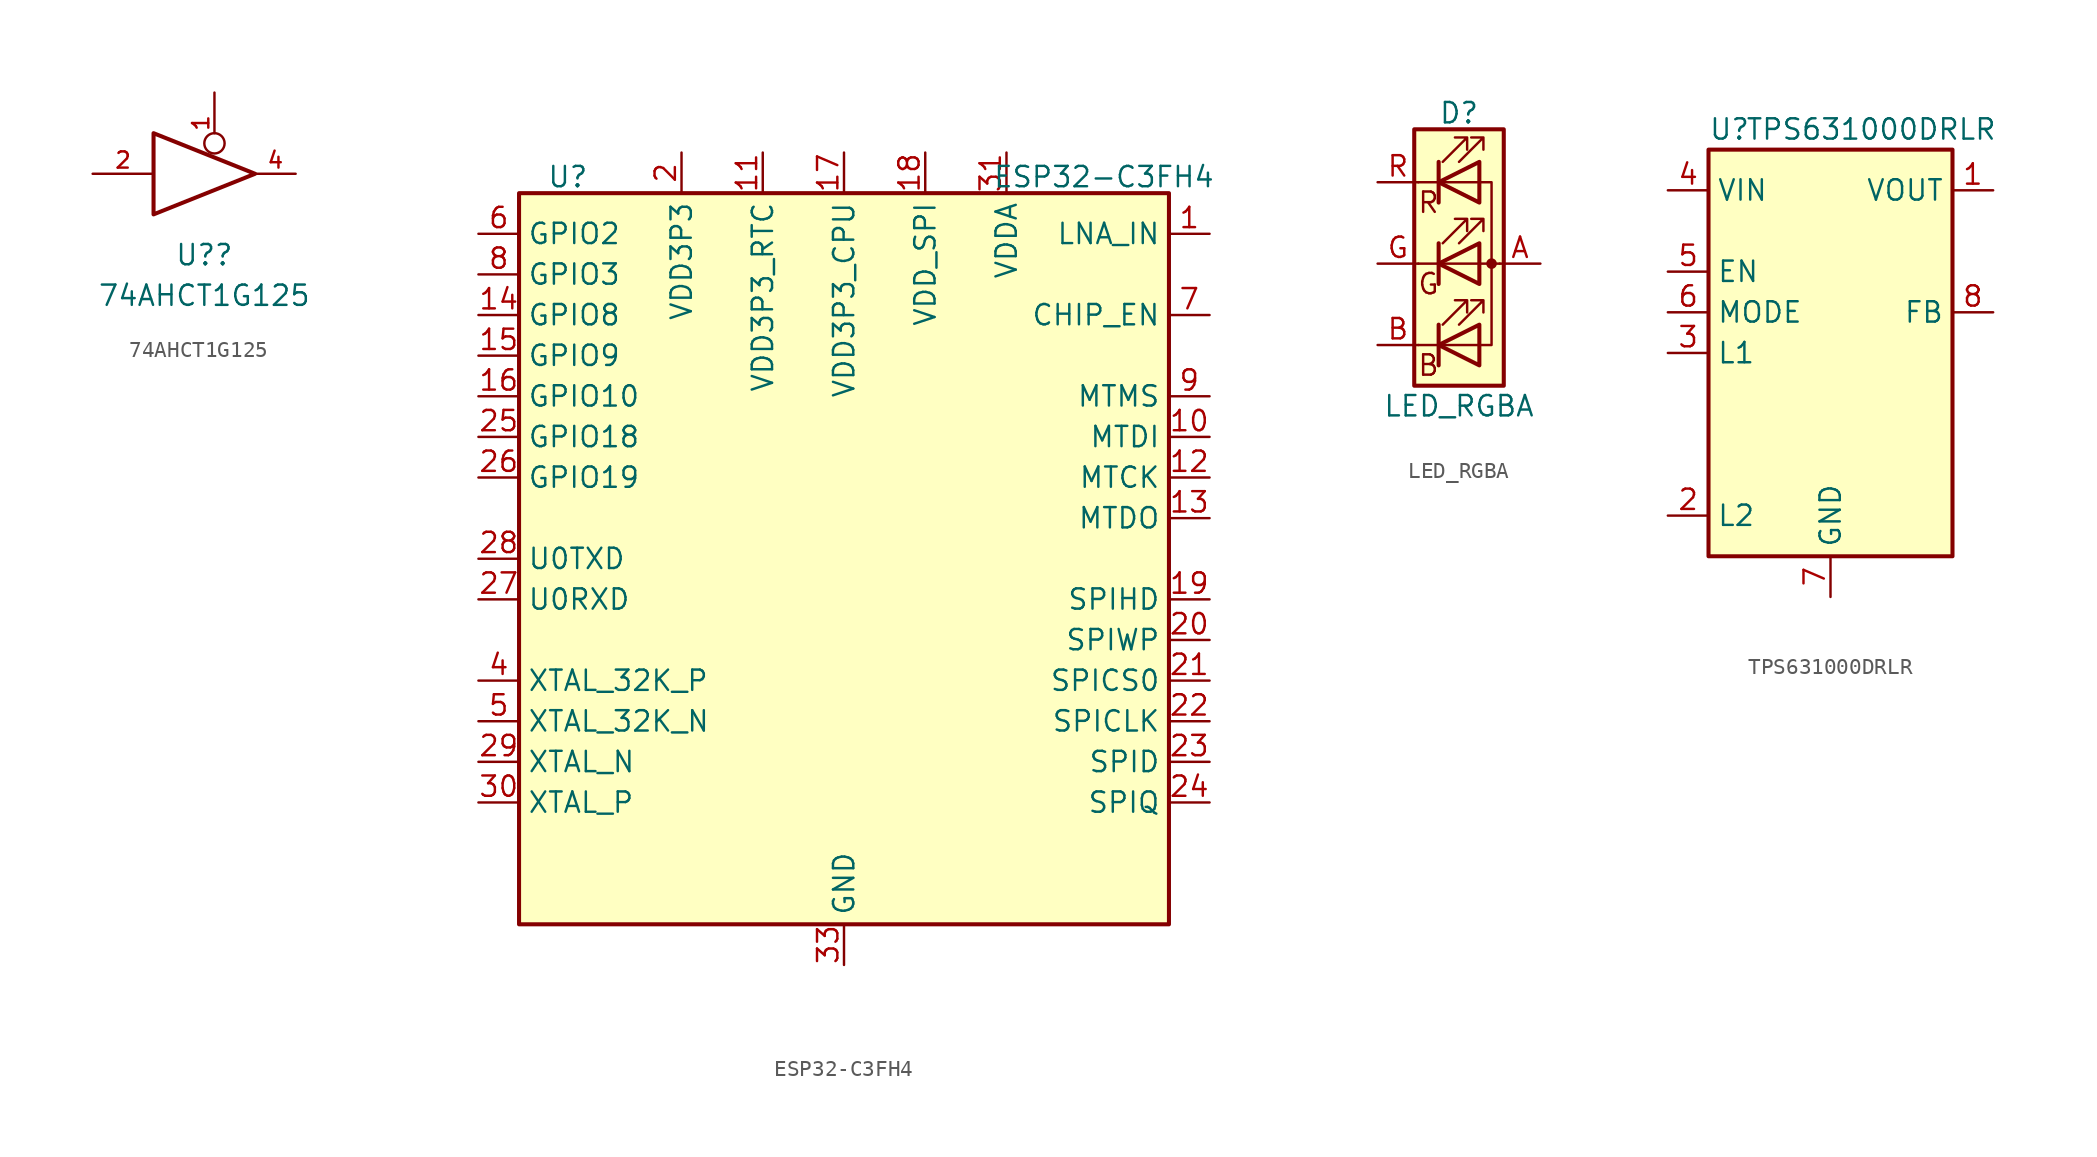
<source format=kicad_sym>
(kicad_symbol_lib
  (version 20241209)
  (generator "kicad_symbol_editor")
  (generator_version "9.0")
  (symbol "74AHCT1G125"
    (pin_names
      (offset 1.016))
    (property "Reference" "U?"
      (at -0.635 -5.08 0)
      (effects (font (size 1.27 1.27))))
    (property "Value" "74AHCT1G125"
      (at -0.635 -7.62 0)
      (effects (font (size 1.27 1.27))))
    (symbol "74AHCT1G125_0_1"
      (polyline (pts (xy -3.81 2.54) (xy -3.81 -2.54) (xy 2.54 0) (xy -3.81 2.54)) (stroke (width 0.254) (type default)) (fill (type none))))
    (symbol "74AHCT1G125_1_1"
      (pin input line (at -7.62 0 0) (length 3.81) (name "~" (effects (font (size 1.016 1.016)))) (number "2" (effects (font (size 1.016 1.016)))))
      (pin input inverted (at 0 5.08 270) (length 3.81) (name "~" (effects (font (size 1.016 1.016)))) (number "1" (effects (font (size 1.016 1.016)))))
      (pin power_in line (at 1.27 1.27 90) (length 0) (hide yes) (name "VCC" (effects (font (size 1.016 1.016)))) (number "5" (effects (font (size 1.016 1.016)))))
      (pin power_in line (at 1.27 -1.27 270) (length 0) (hide yes) (name "GND" (effects (font (size 1.016 1.016)))) (number "3" (effects (font (size 1.016 1.016)))))
      (pin tri_state line (at 5.08 0 180) (length 2.54) (name "~" (effects (font (size 1.016 1.016)))) (number "4" (effects (font (size 1.016 1.016)))))))
  (symbol "ESP32-C3FH4"
    (property "Reference" "U"
      (at -17.272 23.876 0)
      (effects (font (size 1.27 1.27))))
    (property "Value" "ESP32-C3FH4"
      (at 16.256 23.876 0)
      (effects (font (size 1.27 1.27))))
    (symbol "ESP32-C3FH4_1_1"
      (rectangle (start -20.32 22.86) (end 20.32 -22.86) (stroke (width 0.254) (type default)) (fill (type background)))
      (pin bidirectional line (at -22.86 20.32 0) (length 2.54) (name "GPIO2" (effects (font (size 1.27 1.27)))) (number "6" (effects (font (size 1.27 1.27)))))
      (pin bidirectional line (at -22.86 17.78 0) (length 2.54) (name "GPIO3" (effects (font (size 1.27 1.27)))) (number "8" (effects (font (size 1.27 1.27)))))
      (pin bidirectional line (at -22.86 15.24 0) (length 2.54) (name "GPIO8" (effects (font (size 1.27 1.27)))) (number "14" (effects (font (size 1.27 1.27)))))
      (pin bidirectional line (at -22.86 12.7 0) (length 2.54) (name "GPIO9" (effects (font (size 1.27 1.27)))) (number "15" (effects (font (size 1.27 1.27)))))
      (pin bidirectional line (at -22.86 10.16 0) (length 2.54) (name "GPIO10" (effects (font (size 1.27 1.27)))) (number "16" (effects (font (size 1.27 1.27)))))
      (pin bidirectional line (at -22.86 7.62 0) (length 2.54) (name "GPIO18" (effects (font (size 1.27 1.27)))) (number "25" (effects (font (size 1.27 1.27)))))
      (pin bidirectional line (at -22.86 5.08 0) (length 2.54) (name "GPIO19" (effects (font (size 1.27 1.27)))) (number "26" (effects (font (size 1.27 1.27)))))
      (pin bidirectional line (at -22.86 0 0) (length 2.54) (name "U0TXD" (effects (font (size 1.27 1.27)))) (number "28" (effects (font (size 1.27 1.27)))))
      (pin bidirectional line (at -22.86 -2.54 0) (length 2.54) (name "U0RXD" (effects (font (size 1.27 1.27)))) (number "27" (effects (font (size 1.27 1.27)))))
      (pin bidirectional line (at -22.86 -7.62 0) (length 2.54) (name "XTAL_32K_P" (effects (font (size 1.27 1.27)))) (number "4" (effects (font (size 1.27 1.27)))))
      (pin bidirectional line (at -22.86 -10.16 0) (length 2.54) (name "XTAL_32K_N" (effects (font (size 1.27 1.27)))) (number "5" (effects (font (size 1.27 1.27)))))
      (pin bidirectional line (at -22.86 -12.7 0) (length 2.54) (name "XTAL_N" (effects (font (size 1.27 1.27)))) (number "29" (effects (font (size 1.27 1.27)))))
      (pin bidirectional line (at -22.86 -15.24 0) (length 2.54) (name "XTAL_P" (effects (font (size 1.27 1.27)))) (number "30" (effects (font (size 1.27 1.27)))))
      (pin power_in line (at -10.16 25.4 270) (length 2.54) (name "VDD3P3" (effects (font (size 1.27 1.27)))) (number "2" (effects (font (size 1.27 1.27)))))
      (pin passive line (at -10.16 25.4 270) (length 2.54) (hide yes) (name "VDD3P3" (effects (font (size 1.27 1.27)))) (number "3" (effects (font (size 1.27 1.27)))))
      (pin power_in line (at -5.08 25.4 270) (length 2.54) (name "VDD3P3_RTC" (effects (font (size 1.27 1.27)))) (number "11" (effects (font (size 1.27 1.27)))))
      (pin power_in line (at 0 25.4 270) (length 2.54) (name "VDD3P3_CPU" (effects (font (size 1.27 1.27)))) (number "17" (effects (font (size 1.27 1.27)))))
      (pin power_in line (at 0 -25.4 90) (length 2.54) (name "GND" (effects (font (size 1.27 1.27)))) (number "33" (effects (font (size 1.27 1.27)))))
      (pin power_out line (at 5.08 25.4 270) (length 2.54) (name "VDD_SPI" (effects (font (size 1.27 1.27)))) (number "18" (effects (font (size 1.27 1.27)))))
      (pin power_in line (at 10.16 25.4 270) (length 2.54) (name "VDDA" (effects (font (size 1.27 1.27)))) (number "31" (effects (font (size 1.27 1.27)))))
      (pin passive line (at 10.16 25.4 270) (length 2.54) (hide yes) (name "VDDA" (effects (font (size 1.27 1.27)))) (number "32" (effects (font (size 1.27 1.27)))))
      (pin bidirectional line (at 22.86 20.32 180) (length 2.54) (name "LNA_IN" (effects (font (size 1.27 1.27)))) (number "1" (effects (font (size 1.27 1.27)))))
      (pin bidirectional line (at 22.86 15.24 180) (length 2.54) (name "CHIP_EN" (effects (font (size 1.27 1.27)))) (number "7" (effects (font (size 1.27 1.27)))))
      (pin bidirectional line (at 22.86 10.16 180) (length 2.54) (name "MTMS" (effects (font (size 1.27 1.27)))) (number "9" (effects (font (size 1.27 1.27)))))
      (pin bidirectional line (at 22.86 7.62 180) (length 2.54) (name "MTDI" (effects (font (size 1.27 1.27)))) (number "10" (effects (font (size 1.27 1.27)))))
      (pin bidirectional line (at 22.86 5.08 180) (length 2.54) (name "MTCK" (effects (font (size 1.27 1.27)))) (number "12" (effects (font (size 1.27 1.27)))))
      (pin bidirectional line (at 22.86 2.54 180) (length 2.54) (name "MTDO" (effects (font (size 1.27 1.27)))) (number "13" (effects (font (size 1.27 1.27)))))
      (pin bidirectional line (at 22.86 -2.54 180) (length 2.54) (name "SPIHD" (effects (font (size 1.27 1.27)))) (number "19" (effects (font (size 1.27 1.27)))))
      (pin bidirectional line (at 22.86 -5.08 180) (length 2.54) (name "SPIWP" (effects (font (size 1.27 1.27)))) (number "20" (effects (font (size 1.27 1.27)))))
      (pin bidirectional line (at 22.86 -7.62 180) (length 2.54) (name "SPICS0" (effects (font (size 1.27 1.27)))) (number "21" (effects (font (size 1.27 1.27)))))
      (pin bidirectional line (at 22.86 -10.16 180) (length 2.54) (name "SPICLK" (effects (font (size 1.27 1.27)))) (number "22" (effects (font (size 1.27 1.27)))))
      (pin bidirectional line (at 22.86 -12.7 180) (length 2.54) (name "SPID" (effects (font (size 1.27 1.27)))) (number "23" (effects (font (size 1.27 1.27)))))
      (pin bidirectional line (at 22.86 -15.24 180) (length 2.54) (name "SPIQ" (effects (font (size 1.27 1.27)))) (number "24" (effects (font (size 1.27 1.27)))))))
  (symbol "LED_RGBA"
    (pin_names
      (offset 0)
      (hide yes))
    (property "Reference" "D"
      (at 0 9.398 0)
      (effects (font (size 1.27 1.27))))
    (property "Value" "LED_RGBA"
      (at 0 -8.89 0)
      (effects (font (size 1.27 1.27))))
    (symbol "LED_RGBA_0_0"
      (text "R" (at -1.905 3.81 0) (effects (font (size 1.27 1.27))))
      (text "G" (at -1.905 -1.27 0) (effects (font (size 1.27 1.27))))
      (text "B" (at -1.905 -6.35 0) (effects (font (size 1.27 1.27)))))
    (symbol "LED_RGBA_0_1"
      (polyline (pts (xy -1.27 6.35) (xy -1.27 3.81)) (stroke (width 0.254) (type default)) (fill (type none)))
      (polyline (pts (xy -1.27 6.35) (xy -1.27 3.81) (xy -1.27 3.81)) (stroke (width 0) (type default)) (fill (type none)))
      (polyline (pts (xy -1.27 5.08) (xy -2.54 5.08)) (stroke (width 0) (type default)) (fill (type none)))
      (polyline (pts (xy -1.27 5.08) (xy 1.27 5.08)) (stroke (width 0) (type default)) (fill (type none)))
      (polyline (pts (xy -1.27 1.27) (xy -1.27 -1.27)) (stroke (width 0.254) (type default)) (fill (type none)))
      (polyline (pts (xy -1.27 1.27) (xy -1.27 -1.27) (xy -1.27 -1.27)) (stroke (width 0) (type default)) (fill (type none)))
      (polyline (pts (xy -1.27 0) (xy -2.54 0)) (stroke (width 0) (type default)) (fill (type none)))
      (polyline (pts (xy -1.27 -3.81) (xy -1.27 -6.35)) (stroke (width 0.254) (type default)) (fill (type none)))
      (polyline (pts (xy -1.27 -5.08) (xy -2.54 -5.08)) (stroke (width 0) (type default)) (fill (type none)))
      (polyline (pts (xy -1.27 -5.08) (xy 1.27 -5.08)) (stroke (width 0) (type default)) (fill (type none)))
      (polyline (pts (xy -1.016 6.35) (xy 0.508 7.874) (xy -0.254 7.874) (xy 0.508 7.874) (xy 0.508 7.112)) (stroke (width 0) (type default)) (fill (type none)))
      (polyline (pts (xy -1.016 1.27) (xy 0.508 2.794) (xy -0.254 2.794) (xy 0.508 2.794) (xy 0.508 2.032)) (stroke (width 0) (type default)) (fill (type none)))
      (polyline (pts (xy -1.016 -3.81) (xy 0.508 -2.286) (xy -0.254 -2.286) (xy 0.508 -2.286) (xy 0.508 -3.048)) (stroke (width 0) (type default)) (fill (type none)))
      (polyline (pts (xy 0 6.35) (xy 1.524 7.874) (xy 0.762 7.874) (xy 1.524 7.874) (xy 1.524 7.112)) (stroke (width 0) (type default)) (fill (type none)))
      (polyline (pts (xy 0 1.27) (xy 1.524 2.794) (xy 0.762 2.794) (xy 1.524 2.794) (xy 1.524 2.032)) (stroke (width 0) (type default)) (fill (type none)))
      (polyline (pts (xy 0 -3.81) (xy 1.524 -2.286) (xy 0.762 -2.286) (xy 1.524 -2.286) (xy 1.524 -3.048)) (stroke (width 0) (type default)) (fill (type none)))
      (polyline (pts (xy 1.27 6.35) (xy 1.27 3.81) (xy -1.27 5.08) (xy 1.27 6.35)) (stroke (width 0.254) (type default)) (fill (type none)))
      (rectangle (start 1.27 6.35) (end 1.27 6.35) (stroke (width 0) (type default)) (fill (type none)))
      (rectangle (start 1.27 3.81) (end 1.27 6.35) (stroke (width 0) (type default)) (fill (type none)))
      (polyline (pts (xy 1.27 1.27) (xy 1.27 -1.27) (xy -1.27 0) (xy 1.27 1.27)) (stroke (width 0.254) (type default)) (fill (type none)))
      (rectangle (start 1.27 1.27) (end 1.27 1.27) (stroke (width 0) (type default)) (fill (type none)))
      (polyline (pts (xy 1.27 0) (xy -1.27 0)) (stroke (width 0) (type default)) (fill (type none)))
      (polyline (pts (xy 1.27 0) (xy 2.54 0)) (stroke (width 0) (type default)) (fill (type none)))
      (rectangle (start 1.27 -1.27) (end 1.27 1.27) (stroke (width 0) (type default)) (fill (type none)))
      (polyline (pts (xy 1.27 -3.81) (xy 1.27 -6.35) (xy -1.27 -5.08) (xy 1.27 -3.81)) (stroke (width 0.254) (type default)) (fill (type none)))
      (polyline (pts (xy 1.27 -5.08) (xy 2.032 -5.08) (xy 2.032 5.08) (xy 1.27 5.08)) (stroke (width 0) (type default)) (fill (type none)))
      (circle (center 2.032 0) (radius 0.254) (stroke (width 0) (type default)) (fill (type outline)))
      (rectangle (start 2.794 8.382) (end -2.794 -7.62) (stroke (width 0.254) (type default)) (fill (type background))))
    (symbol "LED_RGBA_1_1"
      (pin passive line (at -5.08 5.08 0) (length 2.54) (name "RK" (effects (font (size 1.27 1.27)))) (number "R" (effects (font (size 1.27 1.27)))))
      (pin passive line (at -5.08 0 0) (length 2.54) (name "GK" (effects (font (size 1.27 1.27)))) (number "G" (effects (font (size 1.27 1.27)))))
      (pin passive line (at -5.08 -5.08 0) (length 2.54) (name "BK" (effects (font (size 1.27 1.27)))) (number "B" (effects (font (size 1.27 1.27)))))
      (pin passive line (at 5.08 0 180) (length 2.54) (name "A" (effects (font (size 1.27 1.27)))) (number "A" (effects (font (size 1.27 1.27)))))))
  (symbol "TPS631000DRLR"
    (property "Reference" "U"
      (at -7.62 13.97 0)
      (effects (font (size 1.27 1.27)) (justify left)))
    (property "Value" "TPS631000DRLR"
      (at 2.54 13.97 0)
      (effects (font (size 1.27 1.27))))
    (symbol "TPS631000DRLR_0_1"
      (rectangle (start -7.62 12.7) (end 7.62 -12.7) (stroke (width 0.254) (type default)) (fill (type background))))
    (symbol "TPS631000DRLR_1_1"
      (pin power_in line (at -10.16 10.16 0) (length 2.54) (name "VIN" (effects (font (size 1.27 1.27)))) (number "4" (effects (font (size 1.27 1.27)))))
      (pin input line (at -10.16 5.08 0) (length 2.54) (name "EN" (effects (font (size 1.27 1.27)))) (number "5" (effects (font (size 1.27 1.27)))))
      (pin input line (at -10.16 2.54 0) (length 2.54) (name "MODE" (effects (font (size 1.27 1.27)))) (number "6" (effects (font (size 1.27 1.27)))))
      (pin input line (at -10.16 0 0) (length 2.54) (name "L1" (effects (font (size 1.27 1.27)))) (number "3" (effects (font (size 1.27 1.27)))))
      (pin input line (at -10.16 -10.16 0) (length 2.54) (name "L2" (effects (font (size 1.27 1.27)))) (number "2" (effects (font (size 1.27 1.27)))))
      (pin power_in line (at 0 -15.24 90) (length 2.54) (name "GND" (effects (font (size 1.27 1.27)))) (number "7" (effects (font (size 1.27 1.27)))))
      (pin power_out line (at 10.16 10.16 180) (length 2.54) (name "VOUT" (effects (font (size 1.27 1.27)))) (number "1" (effects (font (size 1.27 1.27)))))
      (pin input line (at 10.16 2.54 180) (length 2.54) (name "FB" (effects (font (size 1.27 1.27)))) (number "8" (effects (font (size 1.27 1.27))))))))
</source>
